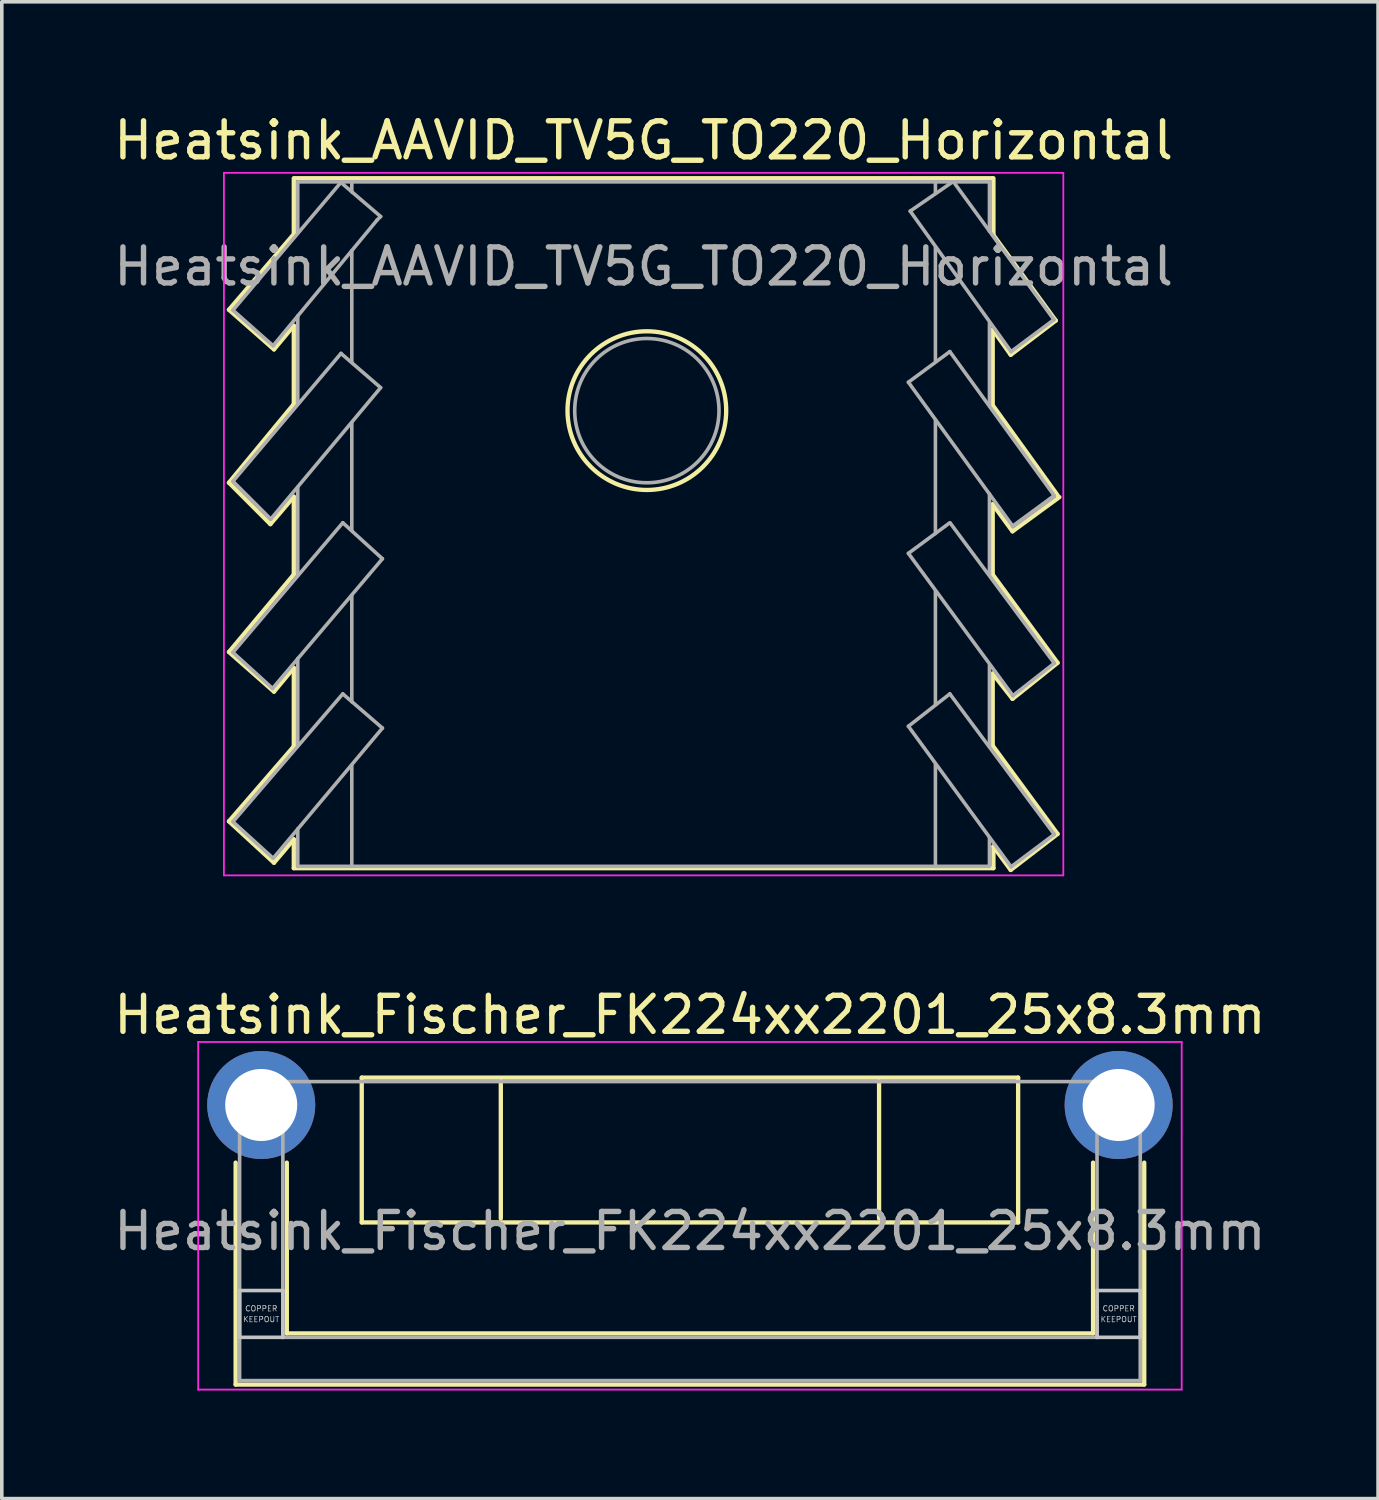
<source format=kicad_pcb>
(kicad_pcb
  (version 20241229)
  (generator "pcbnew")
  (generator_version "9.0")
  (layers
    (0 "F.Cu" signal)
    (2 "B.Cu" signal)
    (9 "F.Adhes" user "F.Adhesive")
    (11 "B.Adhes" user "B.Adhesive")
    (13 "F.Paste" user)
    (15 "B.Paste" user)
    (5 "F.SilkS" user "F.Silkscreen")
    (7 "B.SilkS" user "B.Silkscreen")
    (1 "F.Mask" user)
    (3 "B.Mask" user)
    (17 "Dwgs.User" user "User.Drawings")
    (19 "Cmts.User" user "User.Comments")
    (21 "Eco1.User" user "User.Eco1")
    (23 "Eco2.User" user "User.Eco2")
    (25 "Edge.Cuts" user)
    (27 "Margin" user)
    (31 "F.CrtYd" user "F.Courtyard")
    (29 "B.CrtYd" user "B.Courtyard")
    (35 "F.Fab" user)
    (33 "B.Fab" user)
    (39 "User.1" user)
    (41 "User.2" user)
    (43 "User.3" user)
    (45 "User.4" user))
  (footprint "Heatsink_Fischer_FK224xx2201_25x8.3mm"
    (layer "F.Cu")
    (at 4.201 27.622)
    (property "Reference" "Heatsink_Fischer_FK224xx2201_25x8.3mm" (at 11.9 -2.5 180) (layer "F.SilkS") (effects (font (size 1 1) (thickness 0.15))))
    (attr through_hole)
    (fp_line (start -0.71 1.6) (end -0.71 7.76) (stroke (width 0.12) (type solid)) (layer "F.SilkS"))
    (fp_line (start 0.71 1.6) (end 0.71 6.34) (stroke (width 0.12) (type solid)) (layer "F.SilkS"))
    (fp_line (start 2.79 -0.76) (end 2.79 3.26) (stroke (width 0.12) (type solid)) (layer "F.SilkS"))
    (fp_line (start 2.79 3.26) (end 21.01 3.26) (stroke (width 0.12) (type solid)) (layer "F.SilkS"))
    (fp_line (start 6.65 -0.65) (end 6.65 3.15) (stroke (width 0.12) (type solid)) (layer "F.SilkS"))
    (fp_line (start 17.15 -0.65) (end 17.15 3.15) (stroke (width 0.12) (type solid)) (layer "F.SilkS"))
    (fp_line (start 21.01 -0.76) (end 2.79 -0.76) (stroke (width 0.12) (type solid)) (layer "F.SilkS"))
    (fp_line (start 21.01 3.26) (end 21.01 -0.76) (stroke (width 0.12) (type solid)) (layer "F.SilkS"))
    (fp_line (start 23.09 1.6) (end 23.09 6.34) (stroke (width 0.12) (type solid)) (layer "F.SilkS"))
    (fp_line (start 23.09 6.34) (end 0.71 6.34) (stroke (width 0.12) (type solid)) (layer "F.SilkS"))
    (fp_line (start 24.51 1.6) (end 24.51 7.76) (stroke (width 0.12) (type solid)) (layer "F.SilkS"))
    (fp_line (start 24.51 7.76) (end -0.71 7.76) (stroke (width 0.12) (type solid)) (layer "F.SilkS"))
    (fp_line (start -0.6 5.15) (end 0.6 5.15) (stroke (width 0.1) (type solid)) (layer "Dwgs.User"))
    (fp_line (start -0.6 6.45) (end -0.6 5.15) (stroke (width 0.1) (type solid)) (layer "Dwgs.User"))
    (fp_line (start 0.6 5.15) (end 0.6 6.45) (stroke (width 0.1) (type solid)) (layer "Dwgs.User"))
    (fp_line (start 0.6 6.45) (end -0.6 6.45) (stroke (width 0.1) (type solid)) (layer "Dwgs.User"))
    (fp_line (start 23.2 5.15) (end 24.4 5.15) (stroke (width 0.1) (type solid)) (layer "Dwgs.User"))
    (fp_line (start 23.2 6.45) (end 23.2 5.15) (stroke (width 0.1) (type solid)) (layer "Dwgs.User"))
    (fp_line (start 24.4 5.15) (end 24.4 6.45) (stroke (width 0.1) (type solid)) (layer "Dwgs.User"))
    (fp_line (start 24.4 6.45) (end 23.2 6.45) (stroke (width 0.1) (type solid)) (layer "Dwgs.User"))
    (fp_line (start -1.75 -1.75) (end -1.75 7.9) (stroke (width 0.05) (type solid)) (layer "F.CrtYd"))
    (fp_line (start -1.75 -1.75) (end 25.55 -1.75) (stroke (width 0.05) (type solid)) (layer "F.CrtYd"))
    (fp_line (start 25.55 7.9) (end -1.75 7.9) (stroke (width 0.05) (type solid)) (layer "F.CrtYd"))
    (fp_line (start 25.55 7.9) (end 25.55 -1.75) (stroke (width 0.05) (type solid)) (layer "F.CrtYd"))
    (fp_line (start -0.6 -0.65) (end 24.4 -0.65) (stroke (width 0.1) (type solid)) (layer "F.Fab"))
    (fp_line (start -0.6 7.65) (end -0.6 -0.65) (stroke (width 0.1) (type solid)) (layer "F.Fab"))
    (fp_line (start 0.6 -0.65) (end 0.6 6.45) (stroke (width 0.1) (type solid)) (layer "F.Fab"))
    (fp_line (start 23.2 -0.65) (end 23.2 6.45) (stroke (width 0.1) (type solid)) (layer "F.Fab"))
    (fp_line (start 23.2 6.45) (end 0.6 6.45) (stroke (width 0.1) (type solid)) (layer "F.Fab"))
    (fp_line (start 24.4 -0.65) (end 24.4 7.65) (stroke (width 0.1) (type solid)) (layer "F.Fab"))
    (fp_line (start 24.4 7.65) (end -0.6 7.65) (stroke (width 0.1) (type solid)) (layer "F.Fab"))
    (fp_text user "COPPER" (at 23.8 5.65 0) (layer "Dwgs.User") (effects (font (size 0.15 0.15) (thickness 0.02))))
    (fp_text user "KEEPOUT" (at 23.8 5.95 0) (layer "Dwgs.User") (effects (font (size 0.15 0.15) (thickness 0.02))))
    (fp_text user "KEEPOUT" (at 0 5.95 0) (layer "Dwgs.User") (effects (font (size 0.15 0.15) (thickness 0.02))))
    (fp_text user "COPPER" (at 0 5.65 0) (layer "Dwgs.User") (effects (font (size 0.15 0.15) (thickness 0.02))))
    (fp_text user "${REFERENCE}" (at 11.9 3.5 0) (layer "F.Fab") (effects (font (size 1 1) (thickness 0.15))))
    (pad "1" thru_hole circle (at 0 0) (size 3 3) (drill 2) (layers "*.Cu" "*.Mask"))
    (pad "1" thru_hole circle (at 23.8 0) (size 3 3) (drill 2) (layers "*.Cu" "*.Mask")))
  (footprint "Heatsink_AAVID_TV5G_TO220_Horizontal"
    (layer "F.Cu")
    (at 14.815 8.348)
    (property "Reference" "Heatsink_AAVID_TV5G_TO220_Horizontal" (at 0 -7.5 0) (layer "F.SilkS") (effects (font (size 1 1) (thickness 0.15))))
    (attr through_hole)
    (fp_line (start -11.51 -2.8) (end -9.7 -4.91) (stroke (width 0.12) (type solid)) (layer "F.SilkS"))
    (fp_line (start -11.51 2) (end -9.71 -0.18) (stroke (width 0.12) (type solid)) (layer "F.SilkS"))
    (fp_line (start -11.51 6.7) (end -9.71 4.55) (stroke (width 0.12) (type solid)) (layer "F.SilkS"))
    (fp_line (start -11.51 11.4) (end -9.71 9.32) (stroke (width 0.12) (type solid)) (layer "F.SilkS"))
    (fp_line (start -10.36 3.15) (end -11.51 2) (stroke (width 0.12) (type solid)) (layer "F.SilkS"))
    (fp_line (start -10.26 -1.7) (end -11.51 -2.8) (stroke (width 0.12) (type solid)) (layer "F.SilkS"))
    (fp_line (start -10.26 7.8) (end -11.51 6.7) (stroke (width 0.12) (type solid)) (layer "F.SilkS"))
    (fp_line (start -10.26 12.55) (end -11.51 11.4) (stroke (width 0.12) (type solid)) (layer "F.SilkS"))
    (fp_line (start -9.71 -4.94) (end -9.71 -6.45) (stroke (width 0.12) (type solid)) (layer "F.SilkS"))
    (fp_line (start -9.71 -2.36) (end -10.26 -1.7) (stroke (width 0.12) (type solid)) (layer "F.SilkS"))
    (fp_line (start -9.71 -0.19) (end -9.71 -2.35) (stroke (width 0.12) (type solid)) (layer "F.SilkS"))
    (fp_line (start -9.71 2.39) (end -10.36 3.15) (stroke (width 0.12) (type solid)) (layer "F.SilkS"))
    (fp_line (start -9.71 4.54) (end -9.71 2.39) (stroke (width 0.12) (type solid)) (layer "F.SilkS"))
    (fp_line (start -9.71 7.14) (end -10.26 7.8) (stroke (width 0.12) (type solid)) (layer "F.SilkS"))
    (fp_line (start -9.71 9.32) (end -9.71 7.15) (stroke (width 0.12) (type solid)) (layer "F.SilkS"))
    (fp_line (start -9.71 11.9) (end -10.26 12.55) (stroke (width 0.12) (type solid)) (layer "F.SilkS"))
    (fp_line (start -9.71 12.7) (end -9.71 11.9) (stroke (width 0.12) (type solid)) (layer "F.SilkS"))
    (fp_line (start -9.69 -6.45) (end 9.69 -6.45) (stroke (width 0.12) (type solid)) (layer "F.SilkS"))
    (fp_line (start 9.69 -4.9) (end 11.44 -2.5) (stroke (width 0.12) (type solid)) (layer "F.SilkS"))
    (fp_line (start 9.69 -2.25) (end 9.69 -0.15) (stroke (width 0.12) (type solid)) (layer "F.SilkS"))
    (fp_line (start 9.69 -0.15) (end 11.49 2.35) (stroke (width 0.12) (type solid)) (layer "F.SilkS"))
    (fp_line (start 9.69 2.6) (end 9.69 4.55) (stroke (width 0.12) (type solid)) (layer "F.SilkS"))
    (fp_line (start 9.69 4.55) (end 11.49 7) (stroke (width 0.12) (type solid)) (layer "F.SilkS"))
    (fp_line (start 9.69 7.3) (end 9.69 9.3) (stroke (width 0.12) (type solid)) (layer "F.SilkS"))
    (fp_line (start 9.69 9.3) (end 11.49 11.75) (stroke (width 0.12) (type solid)) (layer "F.SilkS"))
    (fp_line (start 9.71 -6.45) (end 9.71 -4.9) (stroke (width 0.12) (type solid)) (layer "F.SilkS"))
    (fp_line (start 9.71 12.1) (end 9.71 12.7) (stroke (width 0.12) (type solid)) (layer "F.SilkS"))
    (fp_line (start 9.71 12.7) (end -9.71 12.7) (stroke (width 0.12) (type solid)) (layer "F.SilkS"))
    (fp_line (start 10.19 -1.55) (end 9.69 -2.25) (stroke (width 0.12) (type solid)) (layer "F.SilkS"))
    (fp_line (start 10.19 12.75) (end 9.71 12.1) (stroke (width 0.12) (type solid)) (layer "F.SilkS"))
    (fp_line (start 10.24 3.35) (end 9.69 2.6) (stroke (width 0.12) (type solid)) (layer "F.SilkS"))
    (fp_line (start 10.24 8) (end 9.69 7.3) (stroke (width 0.12) (type solid)) (layer "F.SilkS"))
    (fp_line (start 11.44 -2.5) (end 10.19 -1.55) (stroke (width 0.12) (type solid)) (layer "F.SilkS"))
    (fp_line (start 11.49 7) (end 10.24 8) (stroke (width 0.12) (type solid)) (layer "F.SilkS"))
    (fp_line (start 11.49 11.75) (end 10.19 12.75) (stroke (width 0.12) (type solid)) (layer "F.SilkS"))
    (fp_line (start 11.54 2.4) (end 10.24 3.35) (stroke (width 0.12) (type solid)) (layer "F.SilkS"))
    (fp_circle (center 0.09 0) (end 2.29 -0.1) (stroke (width 0.12) (type solid)) (fill no) (layer "F.SilkS"))
    (fp_line (start -11.65 -6.6) (end -11.65 12.9) (stroke (width 0.05) (type solid)) (layer "F.CrtYd"))
    (fp_line (start -11.65 12.9) (end 11.65 12.9) (stroke (width 0.05) (type solid)) (layer "F.CrtYd"))
    (fp_line (start 11.65 -6.6) (end -11.65 -6.6) (stroke (width 0.05) (type solid)) (layer "F.CrtYd"))
    (fp_line (start 11.65 12.9) (end 11.65 -6.6) (stroke (width 0.05) (type solid)) (layer "F.CrtYd"))
    (fp_line (start -11.4 -2.788) (end -10.285 -1.8) (stroke (width 0.1) (type solid)) (layer "F.Fab"))
    (fp_line (start -11.4 1.962) (end -10.35 3.012) (stroke (width 0.1) (type solid)) (layer "F.Fab"))
    (fp_line (start -11.4 1.962) (end -8.4 -1.588) (stroke (width 0.1) (type solid)) (layer "F.Fab"))
    (fp_line (start -11.4 6.712) (end -8.35 3.112) (stroke (width 0.1) (type solid)) (layer "F.Fab"))
    (fp_line (start -11.4 11.412) (end -10.285 12.425) (stroke (width 0.1) (type solid)) (layer "F.Fab"))
    (fp_line (start -11.4 11.412) (end -8.35 7.862) (stroke (width 0.1) (type solid)) (layer "F.Fab"))
    (fp_line (start -10.35 3.012) (end -7.3 -0.638) (stroke (width 0.1) (type solid)) (layer "F.Fab"))
    (fp_line (start -10.3 7.712) (end -11.4 6.712) (stroke (width 0.1) (type solid)) (layer "F.Fab"))
    (fp_line (start -10.285 -1.8) (end -7.4 -5.288) (stroke (width 0.1) (type solid)) (layer "F.Fab"))
    (fp_line (start -9.6 -6.35) (end -9.6 -4.95) (stroke (width 0.1) (type solid)) (layer "F.Fab"))
    (fp_line (start -9.6 -2.63) (end -9.6 -0.18) (stroke (width 0.1) (type solid)) (layer "F.Fab"))
    (fp_line (start -9.6 2.13) (end -9.6 4.56) (stroke (width 0.1) (type solid)) (layer "F.Fab"))
    (fp_line (start -9.6 6.88) (end -9.6 9.3) (stroke (width 0.1) (type solid)) (layer "F.Fab"))
    (fp_line (start -9.6 11.61) (end -9.6 12.65) (stroke (width 0.1) (type solid)) (layer "F.Fab"))
    (fp_line (start -9.6 12.65) (end 9.6 12.65) (stroke (width 0.1) (type solid)) (layer "F.Fab"))
    (fp_line (start -8.4 -6.338) (end -11.4 -2.788) (stroke (width 0.1) (type solid)) (layer "F.Fab"))
    (fp_line (start -8.35 -6.288) (end -7.3 -5.388) (stroke (width 0.1) (type solid)) (layer "F.Fab"))
    (fp_line (start -8.35 3.112) (end -7.25 4.112) (stroke (width 0.1) (type solid)) (layer "F.Fab"))
    (fp_line (start -8.35 7.862) (end -7.25 8.812) (stroke (width 0.1) (type solid)) (layer "F.Fab"))
    (fp_line (start -8.1 -6.338) (end -8.1 -6.07) (stroke (width 0.1) (type solid)) (layer "F.Fab"))
    (fp_line (start -8.1 -4.44) (end -8.1 -1.35) (stroke (width 0.1) (type solid)) (layer "F.Fab"))
    (fp_line (start -8.1 0.34) (end -8.1 3.33) (stroke (width 0.1) (type solid)) (layer "F.Fab"))
    (fp_line (start -8.1 5.13) (end -8.1 8.08) (stroke (width 0.1) (type solid)) (layer "F.Fab"))
    (fp_line (start -8.1 9.86) (end -8.1 12.65) (stroke (width 0.1) (type solid)) (layer "F.Fab"))
    (fp_line (start -7.3 -5.388) (end -7.4 -5.288) (stroke (width 0.1) (type solid)) (layer "F.Fab"))
    (fp_line (start -7.3 -0.638) (end -8.4 -1.588) (stroke (width 0.1) (type solid)) (layer "F.Fab"))
    (fp_line (start -7.25 4.112) (end -10.3 7.712) (stroke (width 0.1) (type solid)) (layer "F.Fab"))
    (fp_line (start -7.25 8.812) (end -10.26 12.4) (stroke (width 0.1) (type solid)) (layer "F.Fab"))
    (fp_line (start 7.35 -0.788) (end 8.5 -1.638) (stroke (width 0.1) (type solid)) (layer "F.Fab"))
    (fp_line (start 7.35 3.962) (end 8.5 3.112) (stroke (width 0.1) (type solid)) (layer "F.Fab"))
    (fp_line (start 7.35 8.762) (end 10.2 12.662) (stroke (width 0.1) (type solid)) (layer "F.Fab"))
    (fp_line (start 7.4 -5.538) (end 10.2 -1.638) (stroke (width 0.1) (type solid)) (layer "F.Fab"))
    (fp_line (start 8.1 -6.35) (end 8.1 -6.03) (stroke (width 0.1) (type solid)) (layer "F.Fab"))
    (fp_line (start 8.1 -4.538) (end 8.1 -1.388) (stroke (width 0.1) (type solid)) (layer "F.Fab"))
    (fp_line (start 8.1 0.262) (end 8.1 3.412) (stroke (width 0.1) (type solid)) (layer "F.Fab"))
    (fp_line (start 8.1 5.012) (end 8.1 8.162) (stroke (width 0.1) (type solid)) (layer "F.Fab"))
    (fp_line (start 8.1 9.812) (end 8.1 12.612) (stroke (width 0.1) (type solid)) (layer "F.Fab"))
    (fp_line (start 8.5 -1.638) (end 11.4 2.362) (stroke (width 0.1) (type solid)) (layer "F.Fab"))
    (fp_line (start 8.5 7.862) (end 7.35 8.762) (stroke (width 0.1) (type solid)) (layer "F.Fab"))
    (fp_line (start 8.515 3.125) (end 11.4 7.012) (stroke (width 0.1) (type solid)) (layer "F.Fab"))
    (fp_line (start 8.55 -6.33) (end 7.4 -5.538) (stroke (width 0.1) (type solid)) (layer "F.Fab"))
    (fp_line (start 9.6 -6.35) (end -9.6 -6.35) (stroke (width 0.1) (type solid)) (layer "F.Fab"))
    (fp_line (start 9.6 -6.338) (end 9.6 -4.98) (stroke (width 0.1) (type solid)) (layer "F.Fab"))
    (fp_line (start 9.6 -2.438) (end 9.6 -0.138) (stroke (width 0.1) (type solid)) (layer "F.Fab"))
    (fp_line (start 9.6 2.312) (end 9.6 4.562) (stroke (width 0.1) (type solid)) (layer "F.Fab"))
    (fp_line (start 9.6 7.062) (end 9.6 9.312) (stroke (width 0.1) (type solid)) (layer "F.Fab"))
    (fp_line (start 9.6 11.862) (end 9.6 12.612) (stroke (width 0.1) (type solid)) (layer "F.Fab"))
    (fp_line (start 10.2 -1.638) (end 11.39 -2.525) (stroke (width 0.1) (type solid)) (layer "F.Fab"))
    (fp_line (start 10.2 12.662) (end 11.4 11.762) (stroke (width 0.1) (type solid)) (layer "F.Fab"))
    (fp_line (start 10.25 3.212) (end 7.35 -0.788) (stroke (width 0.1) (type solid)) (layer "F.Fab"))
    (fp_line (start 10.25 7.912) (end 7.35 3.962) (stroke (width 0.1) (type solid)) (layer "F.Fab"))
    (fp_line (start 11.39 -2.525) (end 8.61 -6.34) (stroke (width 0.1) (type solid)) (layer "F.Fab"))
    (fp_line (start 11.39 2.375) (end 10.25 3.212) (stroke (width 0.12) (type solid)) (layer "F.Fab"))
    (fp_line (start 11.4 7.012) (end 10.25 7.912) (stroke (width 0.1) (type solid)) (layer "F.Fab"))
    (fp_line (start 11.4 11.762) (end 8.5 7.862) (stroke (width 0.1) (type solid)) (layer "F.Fab"))
    (fp_circle (center 0.09 0) (end 2.09 0.1) (stroke (width 0.1) (type solid)) (fill no) (layer "F.Fab"))
    (fp_text user "${REFERENCE}" (at 0 -4 0) (layer "F.Fab") (effects (font (size 1 1) (thickness 0.15)))))
  (gr_rect
    (start -3 -3)
    (end 35.202 38.547)
    (stroke (width 0.1) (type default))
    (fill no)
    (layer "Edge.Cuts")))
</source>
